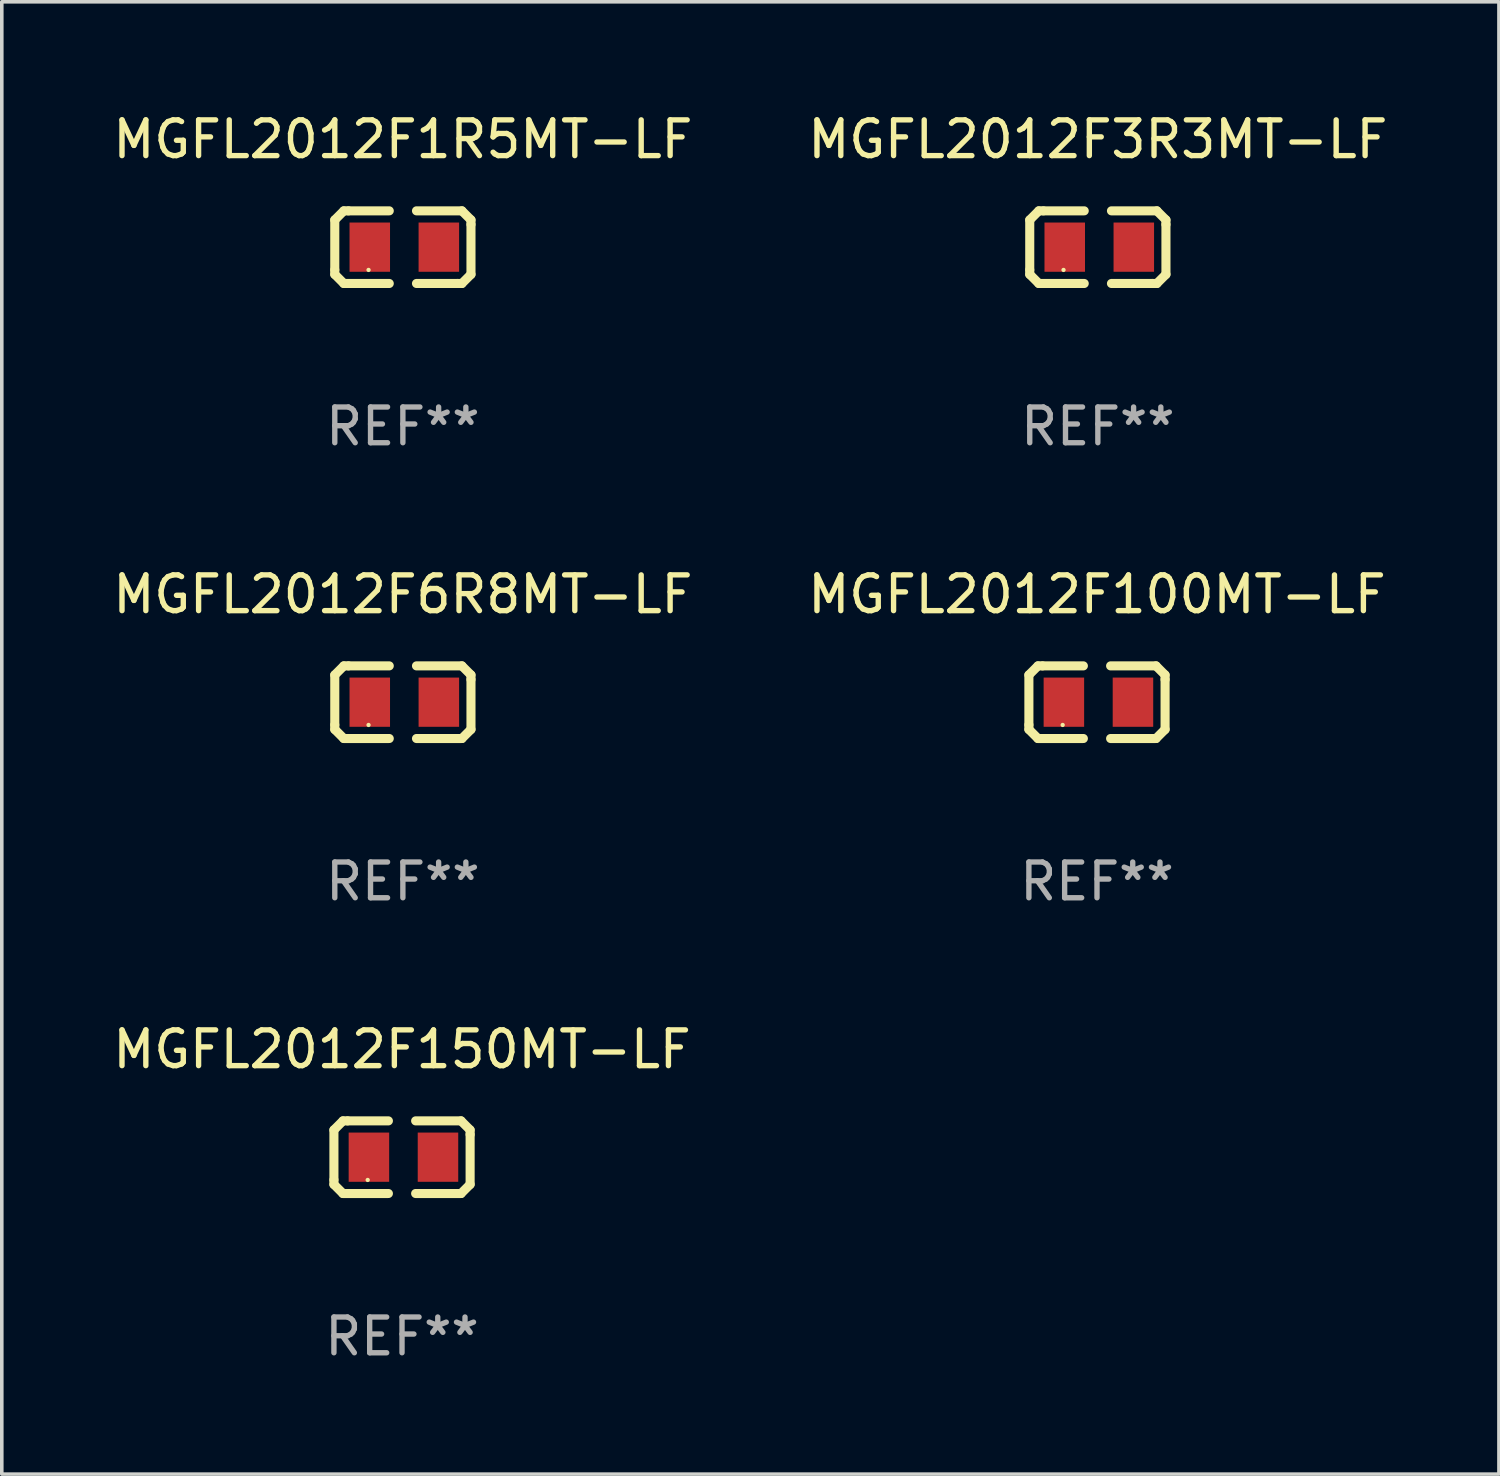
<source format=kicad_pcb>
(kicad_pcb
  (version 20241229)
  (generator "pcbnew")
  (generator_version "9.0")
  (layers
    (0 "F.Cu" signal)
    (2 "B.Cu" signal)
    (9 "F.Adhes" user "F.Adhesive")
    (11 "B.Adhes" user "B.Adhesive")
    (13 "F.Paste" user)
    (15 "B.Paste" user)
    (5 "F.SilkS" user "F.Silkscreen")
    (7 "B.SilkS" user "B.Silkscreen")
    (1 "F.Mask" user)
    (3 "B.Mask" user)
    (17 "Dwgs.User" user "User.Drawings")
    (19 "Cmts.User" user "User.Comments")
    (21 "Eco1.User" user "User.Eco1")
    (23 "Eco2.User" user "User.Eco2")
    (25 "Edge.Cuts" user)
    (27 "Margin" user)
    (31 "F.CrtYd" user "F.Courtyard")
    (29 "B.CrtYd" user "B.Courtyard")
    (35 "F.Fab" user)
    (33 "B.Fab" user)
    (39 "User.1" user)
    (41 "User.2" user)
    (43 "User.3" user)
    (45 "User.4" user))
  (footprint "MGFL2012F150MT-LF"
    (layer "F.Cu")
    (at 8.196 29.321)
    (property "Reference" "MGFL2012F150MT-LF" (at 0 -3.016 0) (layer "F.SilkS") (effects (font (size 1 1) (thickness 0.15))))
    (attr through_hole)
    (fp_line (start -1.905 -0.762) (end -1.905 0.635) (stroke (width 0.254) (type solid)) (layer "F.SilkS"))
    (fp_line (start -1.905 0.635) (end -1.905 0.762) (stroke (width 0.254) (type solid)) (layer "F.SilkS"))
    (fp_line (start -1.905 0.762) (end -1.651 1.016) (stroke (width 0.254) (type solid)) (layer "F.SilkS"))
    (fp_line (start -1.651 -1.016) (end -1.905 -0.762) (stroke (width 0.254) (type solid)) (layer "F.SilkS"))
    (fp_line (start -1.651 1.016) (end -0.381 1.016) (stroke (width 0.254) (type solid)) (layer "F.SilkS"))
    (fp_line (start -1.524 -1.016) (end -1.651 -1.016) (stroke (width 0.254) (type solid)) (layer "F.SilkS"))
    (fp_line (start -0.381 -1.016) (end -1.524 -1.016) (stroke (width 0.254) (type solid)) (layer "F.SilkS"))
    (fp_line (start 0.381 1.016) (end 1.524 1.016) (stroke (width 0.254) (type solid)) (layer "F.SilkS"))
    (fp_line (start 1.524 1.016) (end 1.651 1.016) (stroke (width 0.254) (type solid)) (layer "F.SilkS"))
    (fp_line (start 1.651 -1.016) (end 0.381 -1.016) (stroke (width 0.254) (type solid)) (layer "F.SilkS"))
    (fp_line (start 1.651 1.016) (end 1.905 0.762) (stroke (width 0.254) (type solid)) (layer "F.SilkS"))
    (fp_line (start 1.905 -0.762) (end 1.651 -1.016) (stroke (width 0.254) (type solid)) (layer "F.SilkS"))
    (fp_line (start 1.905 -0.635) (end 1.905 -0.762) (stroke (width 0.254) (type solid)) (layer "F.SilkS"))
    (fp_line (start 1.905 0.762) (end 1.905 -0.635) (stroke (width 0.254) (type solid)) (layer "F.SilkS"))
    (fp_circle (center -0.96 0.637) (end -0.93 0.637) (stroke (width 0.06) (type solid)) (fill no) (layer "F.SilkS"))
    (fp_text user "REF**" (at 0 5.016 0) (layer "F.Fab") (effects (font (size 1 1) (thickness 0.15))))
    (pad "1" smd rect (at -0.926 -0.000051) (size 1.133 1.377) (layers "F.Cu" "F.Mask" "F.Paste"))
    (pad "2" smd rect (at 1.006 -0.000051) (size 1.133 1.377) (layers "F.Cu" "F.Mask" "F.Paste")))
  (footprint "MGFL2012F6R8MT-LF"
    (layer "F.Cu")
    (at 8.22 16.593)
    (property "Reference" "MGFL2012F6R8MT-LF" (at 0 -3.016 0) (layer "F.SilkS") (effects (font (size 1 1) (thickness 0.15))))
    (attr through_hole)
    (fp_line (start -1.905 -0.762) (end -1.905 0.635) (stroke (width 0.254) (type solid)) (layer "F.SilkS"))
    (fp_line (start -1.905 0.635) (end -1.905 0.762) (stroke (width 0.254) (type solid)) (layer "F.SilkS"))
    (fp_line (start -1.905 0.762) (end -1.651 1.016) (stroke (width 0.254) (type solid)) (layer "F.SilkS"))
    (fp_line (start -1.651 -1.016) (end -1.905 -0.762) (stroke (width 0.254) (type solid)) (layer "F.SilkS"))
    (fp_line (start -1.651 1.016) (end -0.381 1.016) (stroke (width 0.254) (type solid)) (layer "F.SilkS"))
    (fp_line (start -1.524 -1.016) (end -1.651 -1.016) (stroke (width 0.254) (type solid)) (layer "F.SilkS"))
    (fp_line (start -0.381 -1.016) (end -1.524 -1.016) (stroke (width 0.254) (type solid)) (layer "F.SilkS"))
    (fp_line (start 0.381 1.016) (end 1.524 1.016) (stroke (width 0.254) (type solid)) (layer "F.SilkS"))
    (fp_line (start 1.524 1.016) (end 1.651 1.016) (stroke (width 0.254) (type solid)) (layer "F.SilkS"))
    (fp_line (start 1.651 -1.016) (end 0.381 -1.016) (stroke (width 0.254) (type solid)) (layer "F.SilkS"))
    (fp_line (start 1.651 1.016) (end 1.905 0.762) (stroke (width 0.254) (type solid)) (layer "F.SilkS"))
    (fp_line (start 1.905 -0.762) (end 1.651 -1.016) (stroke (width 0.254) (type solid)) (layer "F.SilkS"))
    (fp_line (start 1.905 -0.635) (end 1.905 -0.762) (stroke (width 0.254) (type solid)) (layer "F.SilkS"))
    (fp_line (start 1.905 0.762) (end 1.905 -0.635) (stroke (width 0.254) (type solid)) (layer "F.SilkS"))
    (fp_circle (center -0.96 0.637) (end -0.93 0.637) (stroke (width 0.06) (type solid)) (fill no) (layer "F.SilkS"))
    (fp_text user "REF**" (at 0 5.016 0) (layer "F.Fab") (effects (font (size 1 1) (thickness 0.15))))
    (pad "1" smd rect (at -0.926 -0.000051) (size 1.133 1.377) (layers "F.Cu" "F.Mask" "F.Paste"))
    (pad "2" smd rect (at 1.006 -0.000051) (size 1.133 1.377) (layers "F.Cu" "F.Mask" "F.Paste")))
  (footprint "MGFL2012F100MT-LF"
    (layer "F.Cu")
    (at 27.637 16.593)
    (property "Reference" "MGFL2012F100MT-LF" (at 0 -3.016 0) (layer "F.SilkS") (effects (font (size 1 1) (thickness 0.15))))
    (attr through_hole)
    (fp_line (start -1.905 -0.762) (end -1.905 0.635) (stroke (width 0.254) (type solid)) (layer "F.SilkS"))
    (fp_line (start -1.905 0.635) (end -1.905 0.762) (stroke (width 0.254) (type solid)) (layer "F.SilkS"))
    (fp_line (start -1.905 0.762) (end -1.651 1.016) (stroke (width 0.254) (type solid)) (layer "F.SilkS"))
    (fp_line (start -1.651 -1.016) (end -1.905 -0.762) (stroke (width 0.254) (type solid)) (layer "F.SilkS"))
    (fp_line (start -1.651 1.016) (end -0.381 1.016) (stroke (width 0.254) (type solid)) (layer "F.SilkS"))
    (fp_line (start -1.524 -1.016) (end -1.651 -1.016) (stroke (width 0.254) (type solid)) (layer "F.SilkS"))
    (fp_line (start -0.381 -1.016) (end -1.524 -1.016) (stroke (width 0.254) (type solid)) (layer "F.SilkS"))
    (fp_line (start 0.381 1.016) (end 1.524 1.016) (stroke (width 0.254) (type solid)) (layer "F.SilkS"))
    (fp_line (start 1.524 1.016) (end 1.651 1.016) (stroke (width 0.254) (type solid)) (layer "F.SilkS"))
    (fp_line (start 1.651 -1.016) (end 0.381 -1.016) (stroke (width 0.254) (type solid)) (layer "F.SilkS"))
    (fp_line (start 1.651 1.016) (end 1.905 0.762) (stroke (width 0.254) (type solid)) (layer "F.SilkS"))
    (fp_line (start 1.905 -0.762) (end 1.651 -1.016) (stroke (width 0.254) (type solid)) (layer "F.SilkS"))
    (fp_line (start 1.905 -0.635) (end 1.905 -0.762) (stroke (width 0.254) (type solid)) (layer "F.SilkS"))
    (fp_line (start 1.905 0.762) (end 1.905 -0.635) (stroke (width 0.254) (type solid)) (layer "F.SilkS"))
    (fp_circle (center -0.96 0.637) (end -0.93 0.637) (stroke (width 0.06) (type solid)) (fill no) (layer "F.SilkS"))
    (fp_text user "REF**" (at 0 5.016 0) (layer "F.Fab") (effects (font (size 1 1) (thickness 0.15))))
    (pad "1" smd rect (at -0.926 -0.000051) (size 1.133 1.377) (layers "F.Cu" "F.Mask" "F.Paste"))
    (pad "2" smd rect (at 1.006 -0.000051) (size 1.133 1.377) (layers "F.Cu" "F.Mask" "F.Paste")))
  (footprint "MGFL2012F3R3MT-LF"
    (layer "F.Cu")
    (at 27.661 3.864)
    (property "Reference" "MGFL2012F3R3MT-LF" (at 0 -3.016 0) (layer "F.SilkS") (effects (font (size 1 1) (thickness 0.15))))
    (attr through_hole)
    (fp_line (start -1.905 -0.762) (end -1.905 0.635) (stroke (width 0.254) (type solid)) (layer "F.SilkS"))
    (fp_line (start -1.905 0.635) (end -1.905 0.762) (stroke (width 0.254) (type solid)) (layer "F.SilkS"))
    (fp_line (start -1.905 0.762) (end -1.651 1.016) (stroke (width 0.254) (type solid)) (layer "F.SilkS"))
    (fp_line (start -1.651 -1.016) (end -1.905 -0.762) (stroke (width 0.254) (type solid)) (layer "F.SilkS"))
    (fp_line (start -1.651 1.016) (end -0.381 1.016) (stroke (width 0.254) (type solid)) (layer "F.SilkS"))
    (fp_line (start -1.524 -1.016) (end -1.651 -1.016) (stroke (width 0.254) (type solid)) (layer "F.SilkS"))
    (fp_line (start -0.381 -1.016) (end -1.524 -1.016) (stroke (width 0.254) (type solid)) (layer "F.SilkS"))
    (fp_line (start 0.381 1.016) (end 1.524 1.016) (stroke (width 0.254) (type solid)) (layer "F.SilkS"))
    (fp_line (start 1.524 1.016) (end 1.651 1.016) (stroke (width 0.254) (type solid)) (layer "F.SilkS"))
    (fp_line (start 1.651 -1.016) (end 0.381 -1.016) (stroke (width 0.254) (type solid)) (layer "F.SilkS"))
    (fp_line (start 1.651 1.016) (end 1.905 0.762) (stroke (width 0.254) (type solid)) (layer "F.SilkS"))
    (fp_line (start 1.905 -0.762) (end 1.651 -1.016) (stroke (width 0.254) (type solid)) (layer "F.SilkS"))
    (fp_line (start 1.905 -0.635) (end 1.905 -0.762) (stroke (width 0.254) (type solid)) (layer "F.SilkS"))
    (fp_line (start 1.905 0.762) (end 1.905 -0.635) (stroke (width 0.254) (type solid)) (layer "F.SilkS"))
    (fp_circle (center -0.96 0.637) (end -0.93 0.637) (stroke (width 0.06) (type solid)) (fill no) (layer "F.SilkS"))
    (fp_text user "REF**" (at 0 5.016 0) (layer "F.Fab") (effects (font (size 1 1) (thickness 0.15))))
    (pad "1" smd rect (at -0.926 -0.000051) (size 1.133 1.377) (layers "F.Cu" "F.Mask" "F.Paste"))
    (pad "2" smd rect (at 1.006 -0.000051) (size 1.133 1.377) (layers "F.Cu" "F.Mask" "F.Paste")))
  (footprint "MGFL2012F1R5MT-LF"
    (layer "F.Cu")
    (at 8.22 3.864)
    (property "Reference" "MGFL2012F1R5MT-LF" (at 0 -3.016 0) (layer "F.SilkS") (effects (font (size 1 1) (thickness 0.15))))
    (attr through_hole)
    (fp_line (start -1.905 -0.762) (end -1.905 0.635) (stroke (width 0.254) (type solid)) (layer "F.SilkS"))
    (fp_line (start -1.905 0.635) (end -1.905 0.762) (stroke (width 0.254) (type solid)) (layer "F.SilkS"))
    (fp_line (start -1.905 0.762) (end -1.651 1.016) (stroke (width 0.254) (type solid)) (layer "F.SilkS"))
    (fp_line (start -1.651 -1.016) (end -1.905 -0.762) (stroke (width 0.254) (type solid)) (layer "F.SilkS"))
    (fp_line (start -1.651 1.016) (end -0.381 1.016) (stroke (width 0.254) (type solid)) (layer "F.SilkS"))
    (fp_line (start -1.524 -1.016) (end -1.651 -1.016) (stroke (width 0.254) (type solid)) (layer "F.SilkS"))
    (fp_line (start -0.381 -1.016) (end -1.524 -1.016) (stroke (width 0.254) (type solid)) (layer "F.SilkS"))
    (fp_line (start 0.381 1.016) (end 1.524 1.016) (stroke (width 0.254) (type solid)) (layer "F.SilkS"))
    (fp_line (start 1.524 1.016) (end 1.651 1.016) (stroke (width 0.254) (type solid)) (layer "F.SilkS"))
    (fp_line (start 1.651 -1.016) (end 0.381 -1.016) (stroke (width 0.254) (type solid)) (layer "F.SilkS"))
    (fp_line (start 1.651 1.016) (end 1.905 0.762) (stroke (width 0.254) (type solid)) (layer "F.SilkS"))
    (fp_line (start 1.905 -0.762) (end 1.651 -1.016) (stroke (width 0.254) (type solid)) (layer "F.SilkS"))
    (fp_line (start 1.905 -0.635) (end 1.905 -0.762) (stroke (width 0.254) (type solid)) (layer "F.SilkS"))
    (fp_line (start 1.905 0.762) (end 1.905 -0.635) (stroke (width 0.254) (type solid)) (layer "F.SilkS"))
    (fp_circle (center -0.96 0.637) (end -0.93 0.637) (stroke (width 0.06) (type solid)) (fill no) (layer "F.SilkS"))
    (fp_text user "REF**" (at 0 5.016 0) (layer "F.Fab") (effects (font (size 1 1) (thickness 0.15))))
    (pad "1" smd rect (at -0.926 -0.000051) (size 1.133 1.377) (layers "F.Cu" "F.Mask" "F.Paste"))
    (pad "2" smd rect (at 1.006 -0.000051) (size 1.133 1.377) (layers "F.Cu" "F.Mask" "F.Paste")))
  (gr_rect
    (start -3 -3)
    (end 38.881 38.186)
    (stroke (width 0.1) (type default))
    (fill no)
    (layer "Edge.Cuts")))
</source>
